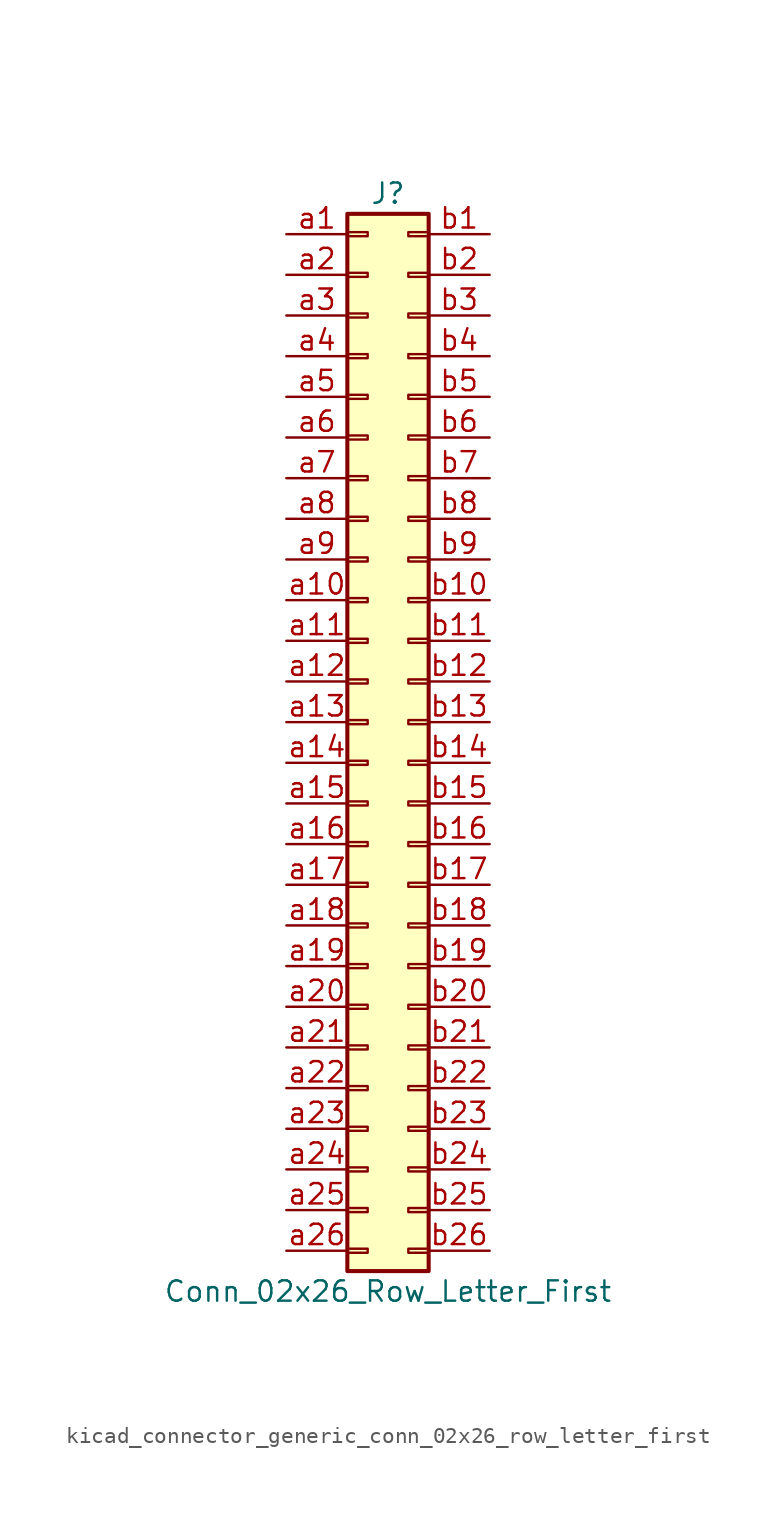
<source format=kicad_sym>
(kicad_symbol_lib
  (version 20220914)
  (generator kicad_symbol_editor)
  (symbol "kicad_connector_generic_conn_02x26_row_letter_first"
    (pin_names
      (offset 1.016) hide)
    (property "Reference" "J"
      (at 1.27 33.02 0)
      (effects (font (size 1.27 1.27))))
    (property "Value" "Conn_02x26_Row_Letter_First"
      (at 1.27 -35.56 0)
      (effects (font (size 1.27 1.27))))
    (symbol "kicad_connector_generic_conn_02x26_row_letter_first_1_1"
      (rectangle (start -1.27 -32.893) (end 0 -33.147) (stroke (width 0.152) (type default)) (fill (type none)))
      (rectangle (start -1.27 -30.353) (end 0 -30.607) (stroke (width 0.152) (type default)) (fill (type none)))
      (rectangle (start -1.27 -27.813) (end 0 -28.067) (stroke (width 0.152) (type default)) (fill (type none)))
      (rectangle (start -1.27 -25.273) (end 0 -25.527) (stroke (width 0.152) (type default)) (fill (type none)))
      (rectangle (start -1.27 -22.733) (end 0 -22.987) (stroke (width 0.152) (type default)) (fill (type none)))
      (rectangle (start -1.27 -20.193) (end 0 -20.447) (stroke (width 0.152) (type default)) (fill (type none)))
      (rectangle (start -1.27 -17.653) (end 0 -17.907) (stroke (width 0.152) (type default)) (fill (type none)))
      (rectangle (start -1.27 -15.113) (end 0 -15.367) (stroke (width 0.152) (type default)) (fill (type none)))
      (rectangle (start -1.27 -12.573) (end 0 -12.827) (stroke (width 0.152) (type default)) (fill (type none)))
      (rectangle (start -1.27 -10.033) (end 0 -10.287) (stroke (width 0.152) (type default)) (fill (type none)))
      (rectangle (start -1.27 -7.493) (end 0 -7.747) (stroke (width 0.152) (type default)) (fill (type none)))
      (rectangle (start -1.27 -4.953) (end 0 -5.207) (stroke (width 0.152) (type default)) (fill (type none)))
      (rectangle (start -1.27 -2.413) (end 0 -2.667) (stroke (width 0.152) (type default)) (fill (type none)))
      (rectangle (start -1.27 0.127) (end 0 -0.127) (stroke (width 0.152) (type default)) (fill (type none)))
      (rectangle (start -1.27 2.667) (end 0 2.413) (stroke (width 0.152) (type default)) (fill (type none)))
      (rectangle (start -1.27 5.207) (end 0 4.953) (stroke (width 0.152) (type default)) (fill (type none)))
      (rectangle (start -1.27 7.747) (end 0 7.493) (stroke (width 0.152) (type default)) (fill (type none)))
      (rectangle (start -1.27 10.287) (end 0 10.033) (stroke (width 0.152) (type default)) (fill (type none)))
      (rectangle (start -1.27 12.827) (end 0 12.573) (stroke (width 0.152) (type default)) (fill (type none)))
      (rectangle (start -1.27 15.367) (end 0 15.113) (stroke (width 0.152) (type default)) (fill (type none)))
      (rectangle (start -1.27 17.907) (end 0 17.653) (stroke (width 0.152) (type default)) (fill (type none)))
      (rectangle (start -1.27 20.447) (end 0 20.193) (stroke (width 0.152) (type default)) (fill (type none)))
      (rectangle (start -1.27 22.987) (end 0 22.733) (stroke (width 0.152) (type default)) (fill (type none)))
      (rectangle (start -1.27 25.527) (end 0 25.273) (stroke (width 0.152) (type default)) (fill (type none)))
      (rectangle (start -1.27 28.067) (end 0 27.813) (stroke (width 0.152) (type default)) (fill (type none)))
      (rectangle (start -1.27 30.607) (end 0 30.353) (stroke (width 0.152) (type default)) (fill (type none)))
      (rectangle (start -1.27 31.75) (end 3.81 -34.29) (stroke (width 0.254) (type default)) (fill (type background)))
      (rectangle (start 3.81 -32.893) (end 2.54 -33.147) (stroke (width 0.152) (type default)) (fill (type none)))
      (rectangle (start 3.81 -30.353) (end 2.54 -30.607) (stroke (width 0.152) (type default)) (fill (type none)))
      (rectangle (start 3.81 -27.813) (end 2.54 -28.067) (stroke (width 0.152) (type default)) (fill (type none)))
      (rectangle (start 3.81 -25.273) (end 2.54 -25.527) (stroke (width 0.152) (type default)) (fill (type none)))
      (rectangle (start 3.81 -22.733) (end 2.54 -22.987) (stroke (width 0.152) (type default)) (fill (type none)))
      (rectangle (start 3.81 -20.193) (end 2.54 -20.447) (stroke (width 0.152) (type default)) (fill (type none)))
      (rectangle (start 3.81 -17.653) (end 2.54 -17.907) (stroke (width 0.152) (type default)) (fill (type none)))
      (rectangle (start 3.81 -15.113) (end 2.54 -15.367) (stroke (width 0.152) (type default)) (fill (type none)))
      (rectangle (start 3.81 -12.573) (end 2.54 -12.827) (stroke (width 0.152) (type default)) (fill (type none)))
      (rectangle (start 3.81 -10.033) (end 2.54 -10.287) (stroke (width 0.152) (type default)) (fill (type none)))
      (rectangle (start 3.81 -7.493) (end 2.54 -7.747) (stroke (width 0.152) (type default)) (fill (type none)))
      (rectangle (start 3.81 -4.953) (end 2.54 -5.207) (stroke (width 0.152) (type default)) (fill (type none)))
      (rectangle (start 3.81 -2.413) (end 2.54 -2.667) (stroke (width 0.152) (type default)) (fill (type none)))
      (rectangle (start 3.81 0.127) (end 2.54 -0.127) (stroke (width 0.152) (type default)) (fill (type none)))
      (rectangle (start 3.81 2.667) (end 2.54 2.413) (stroke (width 0.152) (type default)) (fill (type none)))
      (rectangle (start 3.81 5.207) (end 2.54 4.953) (stroke (width 0.152) (type default)) (fill (type none)))
      (rectangle (start 3.81 7.747) (end 2.54 7.493) (stroke (width 0.152) (type default)) (fill (type none)))
      (rectangle (start 3.81 10.287) (end 2.54 10.033) (stroke (width 0.152) (type default)) (fill (type none)))
      (rectangle (start 3.81 12.827) (end 2.54 12.573) (stroke (width 0.152) (type default)) (fill (type none)))
      (rectangle (start 3.81 15.367) (end 2.54 15.113) (stroke (width 0.152) (type default)) (fill (type none)))
      (rectangle (start 3.81 17.907) (end 2.54 17.653) (stroke (width 0.152) (type default)) (fill (type none)))
      (rectangle (start 3.81 20.447) (end 2.54 20.193) (stroke (width 0.152) (type default)) (fill (type none)))
      (rectangle (start 3.81 22.987) (end 2.54 22.733) (stroke (width 0.152) (type default)) (fill (type none)))
      (rectangle (start 3.81 25.527) (end 2.54 25.273) (stroke (width 0.152) (type default)) (fill (type none)))
      (rectangle (start 3.81 28.067) (end 2.54 27.813) (stroke (width 0.152) (type default)) (fill (type none)))
      (rectangle (start 3.81 30.607) (end 2.54 30.353) (stroke (width 0.152) (type default)) (fill (type none)))
      (pin passive line (at -5.08 30.48 0) (length 3.81) (name "Pin_a1" (effects (font (size 1.27 1.27)))) (number "a1" (effects (font (size 1.27 1.27)))))
      (pin passive line (at -5.08 7.62 0) (length 3.81) (name "Pin_a10" (effects (font (size 1.27 1.27)))) (number "a10" (effects (font (size 1.27 1.27)))))
      (pin passive line (at -5.08 5.08 0) (length 3.81) (name "Pin_a11" (effects (font (size 1.27 1.27)))) (number "a11" (effects (font (size 1.27 1.27)))))
      (pin passive line (at -5.08 2.54 0) (length 3.81) (name "Pin_a12" (effects (font (size 1.27 1.27)))) (number "a12" (effects (font (size 1.27 1.27)))))
      (pin passive line (at -5.08 0 0) (length 3.81) (name "Pin_a13" (effects (font (size 1.27 1.27)))) (number "a13" (effects (font (size 1.27 1.27)))))
      (pin passive line (at -5.08 -2.54 0) (length 3.81) (name "Pin_a14" (effects (font (size 1.27 1.27)))) (number "a14" (effects (font (size 1.27 1.27)))))
      (pin passive line (at -5.08 -5.08 0) (length 3.81) (name "Pin_a15" (effects (font (size 1.27 1.27)))) (number "a15" (effects (font (size 1.27 1.27)))))
      (pin passive line (at -5.08 -7.62 0) (length 3.81) (name "Pin_a16" (effects (font (size 1.27 1.27)))) (number "a16" (effects (font (size 1.27 1.27)))))
      (pin passive line (at -5.08 -10.16 0) (length 3.81) (name "Pin_a17" (effects (font (size 1.27 1.27)))) (number "a17" (effects (font (size 1.27 1.27)))))
      (pin passive line (at -5.08 -12.7 0) (length 3.81) (name "Pin_a18" (effects (font (size 1.27 1.27)))) (number "a18" (effects (font (size 1.27 1.27)))))
      (pin passive line (at -5.08 -15.24 0) (length 3.81) (name "Pin_a19" (effects (font (size 1.27 1.27)))) (number "a19" (effects (font (size 1.27 1.27)))))
      (pin passive line (at -5.08 27.94 0) (length 3.81) (name "Pin_a2" (effects (font (size 1.27 1.27)))) (number "a2" (effects (font (size 1.27 1.27)))))
      (pin passive line (at -5.08 -17.78 0) (length 3.81) (name "Pin_a20" (effects (font (size 1.27 1.27)))) (number "a20" (effects (font (size 1.27 1.27)))))
      (pin passive line (at -5.08 -20.32 0) (length 3.81) (name "Pin_a21" (effects (font (size 1.27 1.27)))) (number "a21" (effects (font (size 1.27 1.27)))))
      (pin passive line (at -5.08 -22.86 0) (length 3.81) (name "Pin_a22" (effects (font (size 1.27 1.27)))) (number "a22" (effects (font (size 1.27 1.27)))))
      (pin passive line (at -5.08 -25.4 0) (length 3.81) (name "Pin_a23" (effects (font (size 1.27 1.27)))) (number "a23" (effects (font (size 1.27 1.27)))))
      (pin passive line (at -5.08 -27.94 0) (length 3.81) (name "Pin_a24" (effects (font (size 1.27 1.27)))) (number "a24" (effects (font (size 1.27 1.27)))))
      (pin passive line (at -5.08 -30.48 0) (length 3.81) (name "Pin_a25" (effects (font (size 1.27 1.27)))) (number "a25" (effects (font (size 1.27 1.27)))))
      (pin passive line (at -5.08 -33.02 0) (length 3.81) (name "Pin_a26" (effects (font (size 1.27 1.27)))) (number "a26" (effects (font (size 1.27 1.27)))))
      (pin passive line (at -5.08 25.4 0) (length 3.81) (name "Pin_a3" (effects (font (size 1.27 1.27)))) (number "a3" (effects (font (size 1.27 1.27)))))
      (pin passive line (at -5.08 22.86 0) (length 3.81) (name "Pin_a4" (effects (font (size 1.27 1.27)))) (number "a4" (effects (font (size 1.27 1.27)))))
      (pin passive line (at -5.08 20.32 0) (length 3.81) (name "Pin_a5" (effects (font (size 1.27 1.27)))) (number "a5" (effects (font (size 1.27 1.27)))))
      (pin passive line (at -5.08 17.78 0) (length 3.81) (name "Pin_a6" (effects (font (size 1.27 1.27)))) (number "a6" (effects (font (size 1.27 1.27)))))
      (pin passive line (at -5.08 15.24 0) (length 3.81) (name "Pin_a7" (effects (font (size 1.27 1.27)))) (number "a7" (effects (font (size 1.27 1.27)))))
      (pin passive line (at -5.08 12.7 0) (length 3.81) (name "Pin_a8" (effects (font (size 1.27 1.27)))) (number "a8" (effects (font (size 1.27 1.27)))))
      (pin passive line (at -5.08 10.16 0) (length 3.81) (name "Pin_a9" (effects (font (size 1.27 1.27)))) (number "a9" (effects (font (size 1.27 1.27)))))
      (pin passive line (at 7.62 30.48 180) (length 3.81) (name "Pin_b1" (effects (font (size 1.27 1.27)))) (number "b1" (effects (font (size 1.27 1.27)))))
      (pin passive line (at 7.62 7.62 180) (length 3.81) (name "Pin_b10" (effects (font (size 1.27 1.27)))) (number "b10" (effects (font (size 1.27 1.27)))))
      (pin passive line (at 7.62 5.08 180) (length 3.81) (name "Pin_b11" (effects (font (size 1.27 1.27)))) (number "b11" (effects (font (size 1.27 1.27)))))
      (pin passive line (at 7.62 2.54 180) (length 3.81) (name "Pin_b12" (effects (font (size 1.27 1.27)))) (number "b12" (effects (font (size 1.27 1.27)))))
      (pin passive line (at 7.62 0 180) (length 3.81) (name "Pin_b13" (effects (font (size 1.27 1.27)))) (number "b13" (effects (font (size 1.27 1.27)))))
      (pin passive line (at 7.62 -2.54 180) (length 3.81) (name "Pin_b14" (effects (font (size 1.27 1.27)))) (number "b14" (effects (font (size 1.27 1.27)))))
      (pin passive line (at 7.62 -5.08 180) (length 3.81) (name "Pin_b15" (effects (font (size 1.27 1.27)))) (number "b15" (effects (font (size 1.27 1.27)))))
      (pin passive line (at 7.62 -7.62 180) (length 3.81) (name "Pin_b16" (effects (font (size 1.27 1.27)))) (number "b16" (effects (font (size 1.27 1.27)))))
      (pin passive line (at 7.62 -10.16 180) (length 3.81) (name "Pin_b17" (effects (font (size 1.27 1.27)))) (number "b17" (effects (font (size 1.27 1.27)))))
      (pin passive line (at 7.62 -12.7 180) (length 3.81) (name "Pin_b18" (effects (font (size 1.27 1.27)))) (number "b18" (effects (font (size 1.27 1.27)))))
      (pin passive line (at 7.62 -15.24 180) (length 3.81) (name "Pin_b19" (effects (font (size 1.27 1.27)))) (number "b19" (effects (font (size 1.27 1.27)))))
      (pin passive line (at 7.62 27.94 180) (length 3.81) (name "Pin_b2" (effects (font (size 1.27 1.27)))) (number "b2" (effects (font (size 1.27 1.27)))))
      (pin passive line (at 7.62 -17.78 180) (length 3.81) (name "Pin_b20" (effects (font (size 1.27 1.27)))) (number "b20" (effects (font (size 1.27 1.27)))))
      (pin passive line (at 7.62 -20.32 180) (length 3.81) (name "Pin_b21" (effects (font (size 1.27 1.27)))) (number "b21" (effects (font (size 1.27 1.27)))))
      (pin passive line (at 7.62 -22.86 180) (length 3.81) (name "Pin_b22" (effects (font (size 1.27 1.27)))) (number "b22" (effects (font (size 1.27 1.27)))))
      (pin passive line (at 7.62 -25.4 180) (length 3.81) (name "Pin_b23" (effects (font (size 1.27 1.27)))) (number "b23" (effects (font (size 1.27 1.27)))))
      (pin passive line (at 7.62 -27.94 180) (length 3.81) (name "Pin_b24" (effects (font (size 1.27 1.27)))) (number "b24" (effects (font (size 1.27 1.27)))))
      (pin passive line (at 7.62 -30.48 180) (length 3.81) (name "Pin_b25" (effects (font (size 1.27 1.27)))) (number "b25" (effects (font (size 1.27 1.27)))))
      (pin passive line (at 7.62 -33.02 180) (length 3.81) (name "Pin_b26" (effects (font (size 1.27 1.27)))) (number "b26" (effects (font (size 1.27 1.27)))))
      (pin passive line (at 7.62 25.4 180) (length 3.81) (name "Pin_b3" (effects (font (size 1.27 1.27)))) (number "b3" (effects (font (size 1.27 1.27)))))
      (pin passive line (at 7.62 22.86 180) (length 3.81) (name "Pin_b4" (effects (font (size 1.27 1.27)))) (number "b4" (effects (font (size 1.27 1.27)))))
      (pin passive line (at 7.62 20.32 180) (length 3.81) (name "Pin_b5" (effects (font (size 1.27 1.27)))) (number "b5" (effects (font (size 1.27 1.27)))))
      (pin passive line (at 7.62 17.78 180) (length 3.81) (name "Pin_b6" (effects (font (size 1.27 1.27)))) (number "b6" (effects (font (size 1.27 1.27)))))
      (pin passive line (at 7.62 15.24 180) (length 3.81) (name "Pin_b7" (effects (font (size 1.27 1.27)))) (number "b7" (effects (font (size 1.27 1.27)))))
      (pin passive line (at 7.62 12.7 180) (length 3.81) (name "Pin_b8" (effects (font (size 1.27 1.27)))) (number "b8" (effects (font (size 1.27 1.27)))))
      (pin passive line (at 7.62 10.16 180) (length 3.81) (name "Pin_b9" (effects (font (size 1.27 1.27)))) (number "b9" (effects (font (size 1.27 1.27))))))))
</source>
